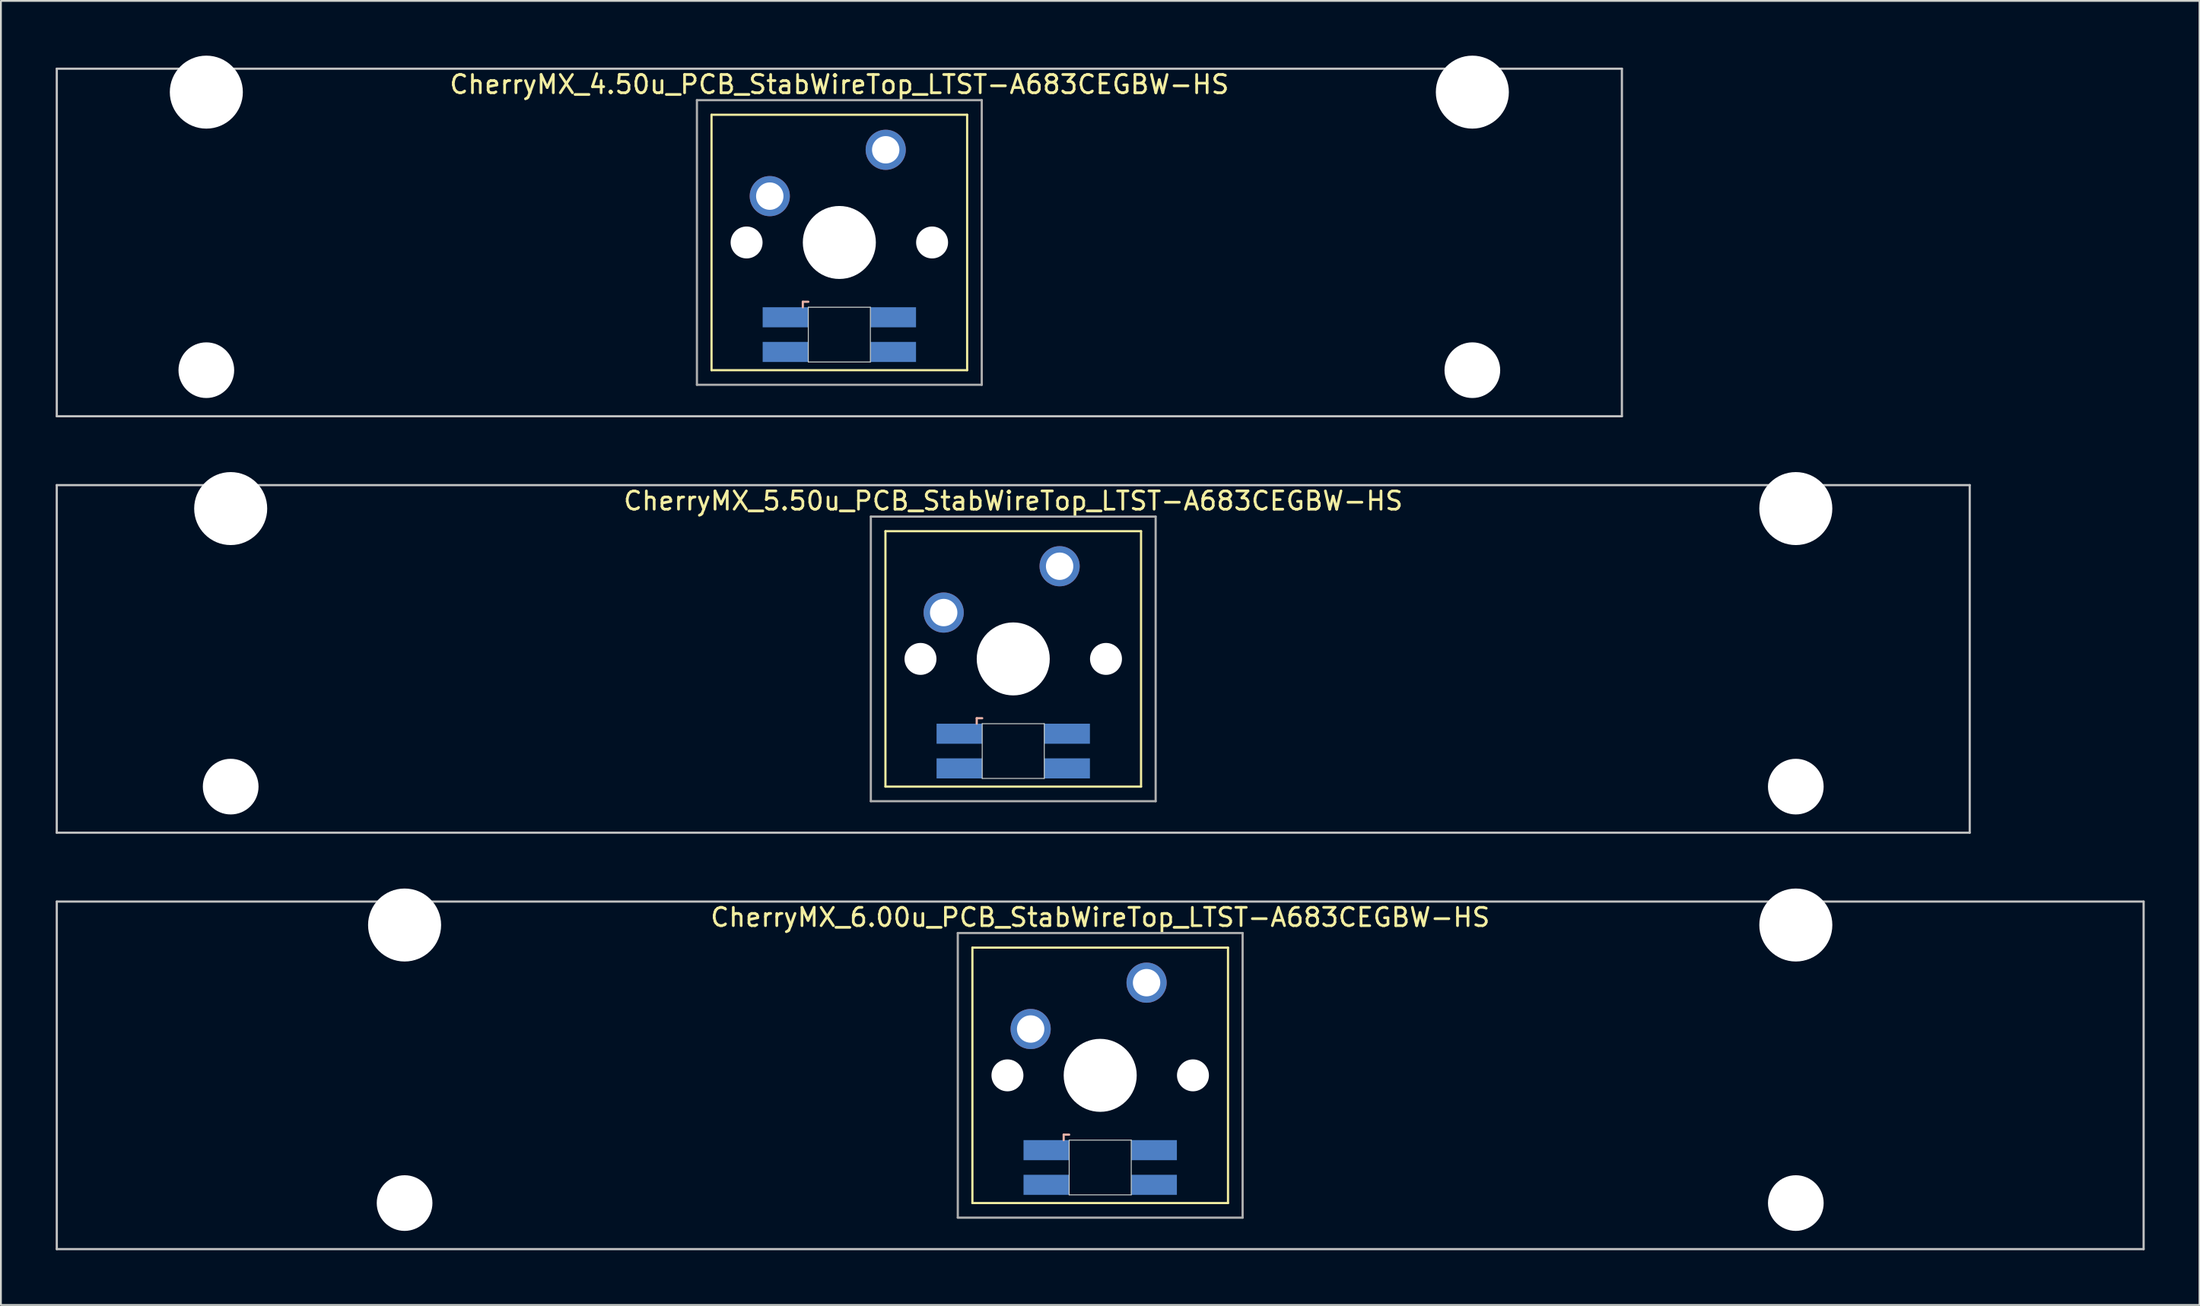
<source format=kicad_pcb>
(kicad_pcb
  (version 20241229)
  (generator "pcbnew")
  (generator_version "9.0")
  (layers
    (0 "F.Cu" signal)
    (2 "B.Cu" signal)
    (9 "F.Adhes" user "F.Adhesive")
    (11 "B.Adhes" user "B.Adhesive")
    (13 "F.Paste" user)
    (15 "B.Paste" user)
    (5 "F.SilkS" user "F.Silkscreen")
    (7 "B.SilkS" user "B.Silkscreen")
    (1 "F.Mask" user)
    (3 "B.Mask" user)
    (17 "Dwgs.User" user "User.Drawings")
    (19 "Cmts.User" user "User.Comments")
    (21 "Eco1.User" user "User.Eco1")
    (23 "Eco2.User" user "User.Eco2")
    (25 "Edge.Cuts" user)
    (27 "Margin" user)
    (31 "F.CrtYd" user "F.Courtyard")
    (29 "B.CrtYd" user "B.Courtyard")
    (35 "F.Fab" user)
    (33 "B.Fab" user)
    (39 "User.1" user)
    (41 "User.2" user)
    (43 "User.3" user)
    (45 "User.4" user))
  (footprint "CherryMX_4.50u_PCB_StabWireTop_LTST-A683CEGBW-HS"
    (layer "F.Cu")
    (at 42.922 10.24)
    (property "Reference" "CherryMX_4.50u_PCB_StabWireTop_LTST-A683CEGBW-HS" (at 0 -8.662 0) (layer "F.SilkS") (effects (font (size 1 1) (thickness 0.15))))
    (attr through_hole)
    (fp_line (start -7 -7) (end -7 7) (stroke (width 0.12) (type solid)) (layer "F.SilkS"))
    (fp_line (start -7 -7) (end 7 -7) (stroke (width 0.12) (type solid)) (layer "F.SilkS"))
    (fp_line (start 7 -7) (end 7 7) (stroke (width 0.12) (type solid)) (layer "F.SilkS"))
    (fp_line (start 7 7) (end -7 7) (stroke (width 0.12) (type solid)) (layer "F.SilkS"))
    (fp_line (start -2 3.25) (end -2 3.55) (stroke (width 0.12) (type solid)) (layer "B.SilkS"))
    (fp_line (start -1.7 3.25) (end -2 3.25) (stroke (width 0.12) (type solid)) (layer "B.SilkS"))
    (fp_line (start -42.862 -9.525) (end 42.862 -9.525) (stroke (width 0.12) (type solid)) (layer "Dwgs.User"))
    (fp_line (start -42.862 9.525) (end -42.862 -9.525) (stroke (width 0.12) (type solid)) (layer "Dwgs.User"))
    (fp_line (start 42.862 -9.525) (end 42.862 9.525) (stroke (width 0.12) (type solid)) (layer "Dwgs.User"))
    (fp_line (start 42.862 9.525) (end -42.862 9.525) (stroke (width 0.12) (type solid)) (layer "Dwgs.User"))
    (fp_line (start -1.7 3.55) (end 1.7 3.55) (stroke (width 0.05) (type solid)) (layer "Edge.Cuts"))
    (fp_line (start -1.7 6.55) (end -1.7 3.55) (stroke (width 0.05) (type solid)) (layer "Edge.Cuts"))
    (fp_line (start 1.7 3.55) (end 1.7 6.55) (stroke (width 0.05) (type solid)) (layer "Edge.Cuts"))
    (fp_line (start 1.7 6.55) (end -1.7 6.55) (stroke (width 0.05) (type solid)) (layer "Edge.Cuts"))
    (fp_line (start -7.8 -7.8) (end -7.8 7.8) (stroke (width 0.12) (type solid)) (layer "F.Fab"))
    (fp_line (start -7.8 -7.8) (end 7.8 -7.8) (stroke (width 0.12) (type solid)) (layer "F.Fab"))
    (fp_line (start -7.8 7.8) (end 7.8 7.8) (stroke (width 0.12) (type solid)) (layer "F.Fab"))
    (fp_line (start 7.8 -7.8) (end 7.8 7.8) (stroke (width 0.12) (type solid)) (layer "F.Fab"))
    (pad "" np_thru_hole circle (at -34.671 -8.24) (size 4 4) (drill 4) (layers "*.Cu" "*.Mask"))
    (pad "" np_thru_hole circle (at -34.671 7) (size 3.05 3.05) (drill 3.05) (layers "*.Cu" "*.Mask"))
    (pad "" np_thru_hole circle (at -5.08 0) (size 1.75 1.75) (drill 1.75) (layers "*.Cu" "*.Mask"))
    (pad "" np_thru_hole circle (at 0 0) (size 4 4) (drill 4) (layers "*.Cu" "*.Mask"))
    (pad "" np_thru_hole circle (at 5.08 0) (size 1.75 1.75) (drill 1.75) (layers "*.Cu" "*.Mask"))
    (pad "" np_thru_hole circle (at 34.671 -8.24) (size 4 4) (drill 4) (layers "*.Cu" "*.Mask"))
    (pad "" np_thru_hole circle (at 34.671 7) (size 3.05 3.05) (drill 3.05) (layers "*.Cu" "*.Mask"))
    (pad "1" thru_hole circle (at -3.81 -2.54) (size 2.2 2.2) (drill 1.5) (layers "*.Cu" "*.Mask"))
    (pad "2" thru_hole circle (at 2.54 -5.08) (size 2.2 2.2) (drill 1.5) (layers "*.Cu" "*.Mask"))
    (pad "3" smd rect (at -2.95 4.1) (size 2.5 1.1) (layers "B.Cu" "B.Mask" "B.Paste"))
    (pad "4" smd rect (at -2.95 6) (size 2.5 1.1) (layers "B.Cu" "B.Mask" "B.Paste"))
    (pad "5" smd rect (at 2.95 4.1) (size 2.5 1.1) (layers "B.Cu" "B.Mask" "B.Paste"))
    (pad "6" smd rect (at 2.95 6) (size 2.5 1.1) (layers "B.Cu" "B.Mask" "B.Paste")))
  (footprint "CherryMX_5.50u_PCB_StabWireTop_LTST-A683CEGBW-HS"
    (layer "F.Cu")
    (at 52.447 33.065)
    (property "Reference" "CherryMX_5.50u_PCB_StabWireTop_LTST-A683CEGBW-HS" (at 0 -8.662 0) (layer "F.SilkS") (effects (font (size 1 1) (thickness 0.15))))
    (attr through_hole)
    (fp_line (start -7 -7) (end -7 7) (stroke (width 0.12) (type solid)) (layer "F.SilkS"))
    (fp_line (start -7 -7) (end 7 -7) (stroke (width 0.12) (type solid)) (layer "F.SilkS"))
    (fp_line (start 7 -7) (end 7 7) (stroke (width 0.12) (type solid)) (layer "F.SilkS"))
    (fp_line (start 7 7) (end -7 7) (stroke (width 0.12) (type solid)) (layer "F.SilkS"))
    (fp_line (start -2 3.25) (end -2 3.55) (stroke (width 0.12) (type solid)) (layer "B.SilkS"))
    (fp_line (start -1.7 3.25) (end -2 3.25) (stroke (width 0.12) (type solid)) (layer "B.SilkS"))
    (fp_line (start -52.388 -9.525) (end 52.388 -9.525) (stroke (width 0.12) (type solid)) (layer "Dwgs.User"))
    (fp_line (start -52.388 9.525) (end -52.388 -9.525) (stroke (width 0.12) (type solid)) (layer "Dwgs.User"))
    (fp_line (start 52.388 -9.525) (end 52.388 9.525) (stroke (width 0.12) (type solid)) (layer "Dwgs.User"))
    (fp_line (start 52.388 9.525) (end -52.388 9.525) (stroke (width 0.12) (type solid)) (layer "Dwgs.User"))
    (fp_line (start -1.7 3.55) (end 1.7 3.55) (stroke (width 0.05) (type solid)) (layer "Edge.Cuts"))
    (fp_line (start -1.7 6.55) (end -1.7 3.55) (stroke (width 0.05) (type solid)) (layer "Edge.Cuts"))
    (fp_line (start 1.7 3.55) (end 1.7 6.55) (stroke (width 0.05) (type solid)) (layer "Edge.Cuts"))
    (fp_line (start 1.7 6.55) (end -1.7 6.55) (stroke (width 0.05) (type solid)) (layer "Edge.Cuts"))
    (fp_line (start -7.8 -7.8) (end -7.8 7.8) (stroke (width 0.12) (type solid)) (layer "F.Fab"))
    (fp_line (start -7.8 -7.8) (end 7.8 -7.8) (stroke (width 0.12) (type solid)) (layer "F.Fab"))
    (fp_line (start -7.8 7.8) (end 7.8 7.8) (stroke (width 0.12) (type solid)) (layer "F.Fab"))
    (fp_line (start 7.8 -7.8) (end 7.8 7.8) (stroke (width 0.12) (type solid)) (layer "F.Fab"))
    (pad "" np_thru_hole circle (at -42.862 -8.24) (size 4 4) (drill 4) (layers "*.Cu" "*.Mask"))
    (pad "" np_thru_hole circle (at -42.862 7) (size 3.05 3.05) (drill 3.05) (layers "*.Cu" "*.Mask"))
    (pad "" np_thru_hole circle (at -5.08 0) (size 1.75 1.75) (drill 1.75) (layers "*.Cu" "*.Mask"))
    (pad "" np_thru_hole circle (at 0 0) (size 4 4) (drill 4) (layers "*.Cu" "*.Mask"))
    (pad "" np_thru_hole circle (at 5.08 0) (size 1.75 1.75) (drill 1.75) (layers "*.Cu" "*.Mask"))
    (pad "" np_thru_hole circle (at 42.862 -8.24) (size 4 4) (drill 4) (layers "*.Cu" "*.Mask"))
    (pad "" np_thru_hole circle (at 42.862 7) (size 3.05 3.05) (drill 3.05) (layers "*.Cu" "*.Mask"))
    (pad "1" thru_hole circle (at -3.81 -2.54) (size 2.2 2.2) (drill 1.5) (layers "*.Cu" "*.Mask"))
    (pad "2" thru_hole circle (at 2.54 -5.08) (size 2.2 2.2) (drill 1.5) (layers "*.Cu" "*.Mask"))
    (pad "3" smd rect (at -2.95 4.1) (size 2.5 1.1) (layers "B.Cu" "B.Mask" "B.Paste"))
    (pad "4" smd rect (at -2.95 6) (size 2.5 1.1) (layers "B.Cu" "B.Mask" "B.Paste"))
    (pad "5" smd rect (at 2.95 4.1) (size 2.5 1.1) (layers "B.Cu" "B.Mask" "B.Paste"))
    (pad "6" smd rect (at 2.95 6) (size 2.5 1.1) (layers "B.Cu" "B.Mask" "B.Paste")))
  (footprint "CherryMX_6.00u_PCB_StabWireTop_LTST-A683CEGBW-HS"
    (layer "F.Cu")
    (at 57.21 55.89)
    (property "Reference" "CherryMX_6.00u_PCB_StabWireTop_LTST-A683CEGBW-HS" (at 0 -8.662 0) (layer "F.SilkS") (effects (font (size 1 1) (thickness 0.15))))
    (attr through_hole)
    (fp_line (start -7 -7) (end -7 7) (stroke (width 0.12) (type solid)) (layer "F.SilkS"))
    (fp_line (start -7 -7) (end 7 -7) (stroke (width 0.12) (type solid)) (layer "F.SilkS"))
    (fp_line (start 7 -7) (end 7 7) (stroke (width 0.12) (type solid)) (layer "F.SilkS"))
    (fp_line (start 7 7) (end -7 7) (stroke (width 0.12) (type solid)) (layer "F.SilkS"))
    (fp_line (start -2 3.25) (end -2 3.55) (stroke (width 0.12) (type solid)) (layer "B.SilkS"))
    (fp_line (start -1.7 3.25) (end -2 3.25) (stroke (width 0.12) (type solid)) (layer "B.SilkS"))
    (fp_line (start -57.15 -9.525) (end 57.15 -9.525) (stroke (width 0.12) (type solid)) (layer "Dwgs.User"))
    (fp_line (start -57.15 9.525) (end -57.15 -9.525) (stroke (width 0.12) (type solid)) (layer "Dwgs.User"))
    (fp_line (start 57.15 -9.525) (end 57.15 9.525) (stroke (width 0.12) (type solid)) (layer "Dwgs.User"))
    (fp_line (start 57.15 9.525) (end -57.15 9.525) (stroke (width 0.12) (type solid)) (layer "Dwgs.User"))
    (fp_line (start -1.7 3.55) (end 1.7 3.55) (stroke (width 0.05) (type solid)) (layer "Edge.Cuts"))
    (fp_line (start -1.7 6.55) (end -1.7 3.55) (stroke (width 0.05) (type solid)) (layer "Edge.Cuts"))
    (fp_line (start 1.7 3.55) (end 1.7 6.55) (stroke (width 0.05) (type solid)) (layer "Edge.Cuts"))
    (fp_line (start 1.7 6.55) (end -1.7 6.55) (stroke (width 0.05) (type solid)) (layer "Edge.Cuts"))
    (fp_line (start -7.8 -7.8) (end -7.8 7.8) (stroke (width 0.12) (type solid)) (layer "F.Fab"))
    (fp_line (start -7.8 -7.8) (end 7.8 -7.8) (stroke (width 0.12) (type solid)) (layer "F.Fab"))
    (fp_line (start -7.8 7.8) (end 7.8 7.8) (stroke (width 0.12) (type solid)) (layer "F.Fab"))
    (fp_line (start 7.8 -7.8) (end 7.8 7.8) (stroke (width 0.12) (type solid)) (layer "F.Fab"))
    (pad "" np_thru_hole circle (at -38.1 -8.24) (size 4 4) (drill 4) (layers "*.Cu" "*.Mask"))
    (pad "" np_thru_hole circle (at -38.1 7) (size 3.05 3.05) (drill 3.05) (layers "*.Cu" "*.Mask"))
    (pad "" np_thru_hole circle (at -5.08 0) (size 1.75 1.75) (drill 1.75) (layers "*.Cu" "*.Mask"))
    (pad "" np_thru_hole circle (at 0 0) (size 4 4) (drill 4) (layers "*.Cu" "*.Mask"))
    (pad "" np_thru_hole circle (at 5.08 0) (size 1.75 1.75) (drill 1.75) (layers "*.Cu" "*.Mask"))
    (pad "" np_thru_hole circle (at 38.1 -8.24) (size 4 4) (drill 4) (layers "*.Cu" "*.Mask"))
    (pad "" np_thru_hole circle (at 38.1 7) (size 3.05 3.05) (drill 3.05) (layers "*.Cu" "*.Mask"))
    (pad "1" thru_hole circle (at -3.81 -2.54) (size 2.2 2.2) (drill 1.5) (layers "*.Cu" "*.Mask"))
    (pad "2" thru_hole circle (at 2.54 -5.08) (size 2.2 2.2) (drill 1.5) (layers "*.Cu" "*.Mask"))
    (pad "3" smd rect (at -2.95 4.1) (size 2.5 1.1) (layers "B.Cu" "B.Mask" "B.Paste"))
    (pad "4" smd rect (at -2.95 6) (size 2.5 1.1) (layers "B.Cu" "B.Mask" "B.Paste"))
    (pad "5" smd rect (at 2.95 4.1) (size 2.5 1.1) (layers "B.Cu" "B.Mask" "B.Paste"))
    (pad "6" smd rect (at 2.95 6) (size 2.5 1.1) (layers "B.Cu" "B.Mask" "B.Paste")))
  (gr_rect
    (start -3 -3)
    (end 117.42 68.475)
    (stroke (width 0.1) (type default))
    (fill no)
    (layer "Edge.Cuts")))
</source>
